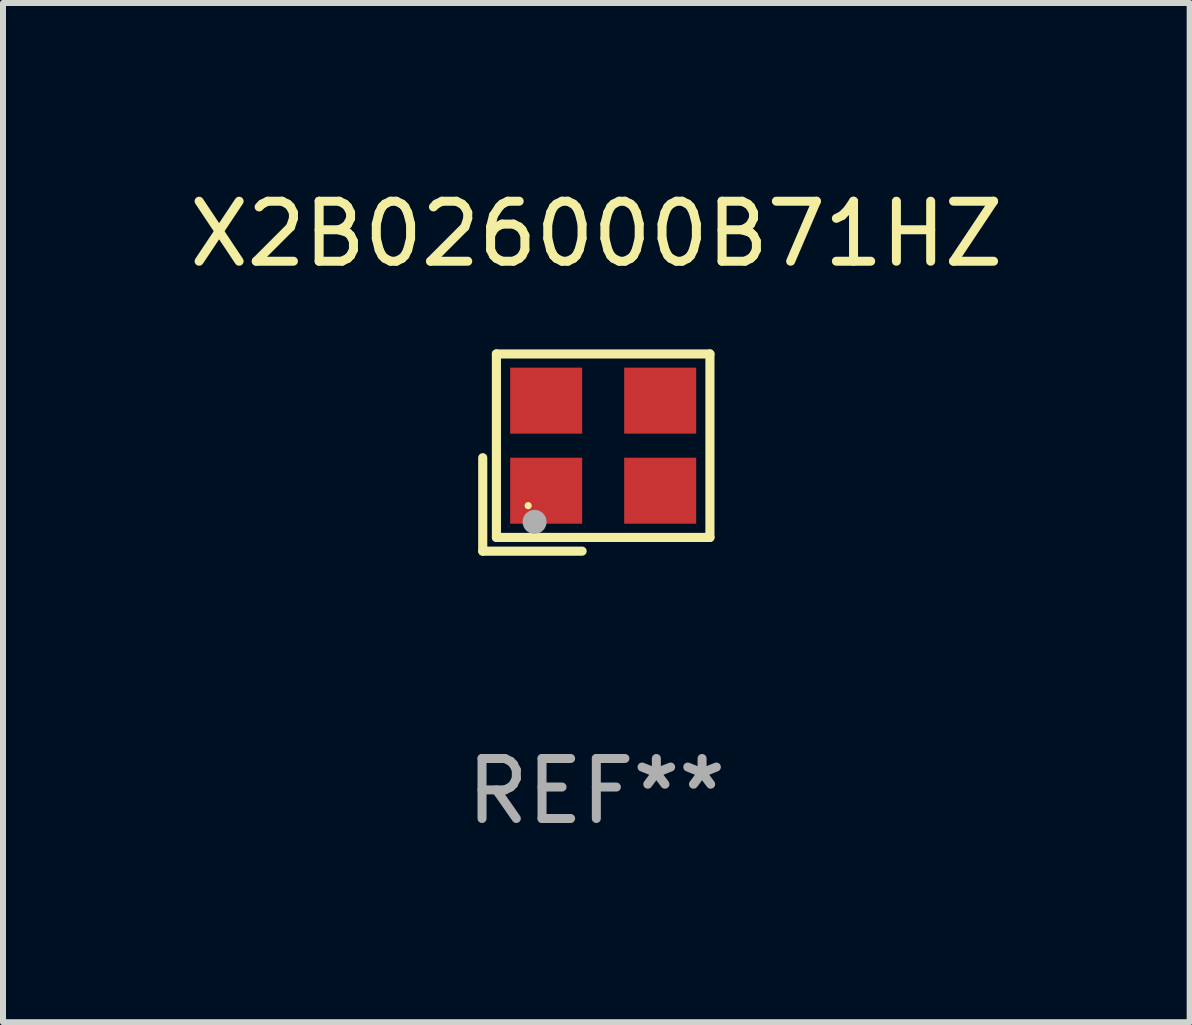
<source format=kicad_pcb>
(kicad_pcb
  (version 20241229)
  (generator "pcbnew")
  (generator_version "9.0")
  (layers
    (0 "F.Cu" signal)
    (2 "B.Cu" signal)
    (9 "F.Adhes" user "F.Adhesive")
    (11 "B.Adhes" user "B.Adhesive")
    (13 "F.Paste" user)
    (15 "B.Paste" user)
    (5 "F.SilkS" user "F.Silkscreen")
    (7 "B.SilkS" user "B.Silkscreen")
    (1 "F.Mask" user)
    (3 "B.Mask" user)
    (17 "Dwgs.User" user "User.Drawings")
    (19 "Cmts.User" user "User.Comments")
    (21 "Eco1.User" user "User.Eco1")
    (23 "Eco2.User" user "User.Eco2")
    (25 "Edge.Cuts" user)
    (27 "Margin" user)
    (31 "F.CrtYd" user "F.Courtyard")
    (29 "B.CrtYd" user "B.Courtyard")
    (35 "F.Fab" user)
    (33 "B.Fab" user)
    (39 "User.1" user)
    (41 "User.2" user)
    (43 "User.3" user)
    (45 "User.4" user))
  (footprint "X2B026000B71HZ"
    (layer "F.Cu")
    (at 6.887 4.491)
    (property "Reference" "X2B026000B71HZ" (at 0 -3.643 0) (layer "F.SilkS") (effects (font (size 1 1) (thickness 0.15))))
    (attr through_hole)
    (fp_line (start -1.893 0.086) (end -1.893 1.643) (stroke (width 0.152) (type solid)) (layer "F.SilkS"))
    (fp_line (start -1.893 1.643) (end -0.237 1.643) (stroke (width 0.152) (type solid)) (layer "F.SilkS"))
    (fp_line (start -1.665 -1.643) (end 1.893 -1.643) (stroke (width 0.152) (type solid)) (layer "F.SilkS"))
    (fp_line (start -1.665 1.414) (end -1.665 -1.643) (stroke (width 0.152) (type solid)) (layer "F.SilkS"))
    (fp_line (start 1.893 -1.643) (end 1.893 1.414) (stroke (width 0.152) (type solid)) (layer "F.SilkS"))
    (fp_line (start 1.893 1.414) (end -1.665 1.414) (stroke (width 0.152) (type solid)) (layer "F.SilkS"))
    (fp_circle (center -1.136 0.885) (end -1.106 0.885) (stroke (width 0.06) (type solid)) (fill no) (layer "F.SilkS"))
    (fp_circle (center -1.029 1.155) (end -0.929 1.155) (stroke (width 0.2) (type solid)) (fill no) (layer "F.Fab"))
    (fp_text user "REF**" (at 0 5.643 0) (layer "F.Fab") (effects (font (size 1 1) (thickness 0.15))))
    (pad "1" smd rect (at -0.836 0.636) (size 1.2 1.1) (layers "F.Cu" "F.Mask" "F.Paste"))
    (pad "2" smd rect (at 1.064 0.636) (size 1.2 1.1) (layers "F.Cu" "F.Mask" "F.Paste"))
    (pad "3" smd rect (at 1.064 -0.865) (size 1.2 1.1) (layers "F.Cu" "F.Mask" "F.Paste"))
    (pad "4" smd rect (at -0.836 -0.865) (size 1.2 1.1) (layers "F.Cu" "F.Mask" "F.Paste")))
  (gr_rect
    (start -3 -3)
    (end 16.774 13.983)
    (stroke (width 0.1) (type default))
    (fill no)
    (layer "Edge.Cuts")))
</source>
